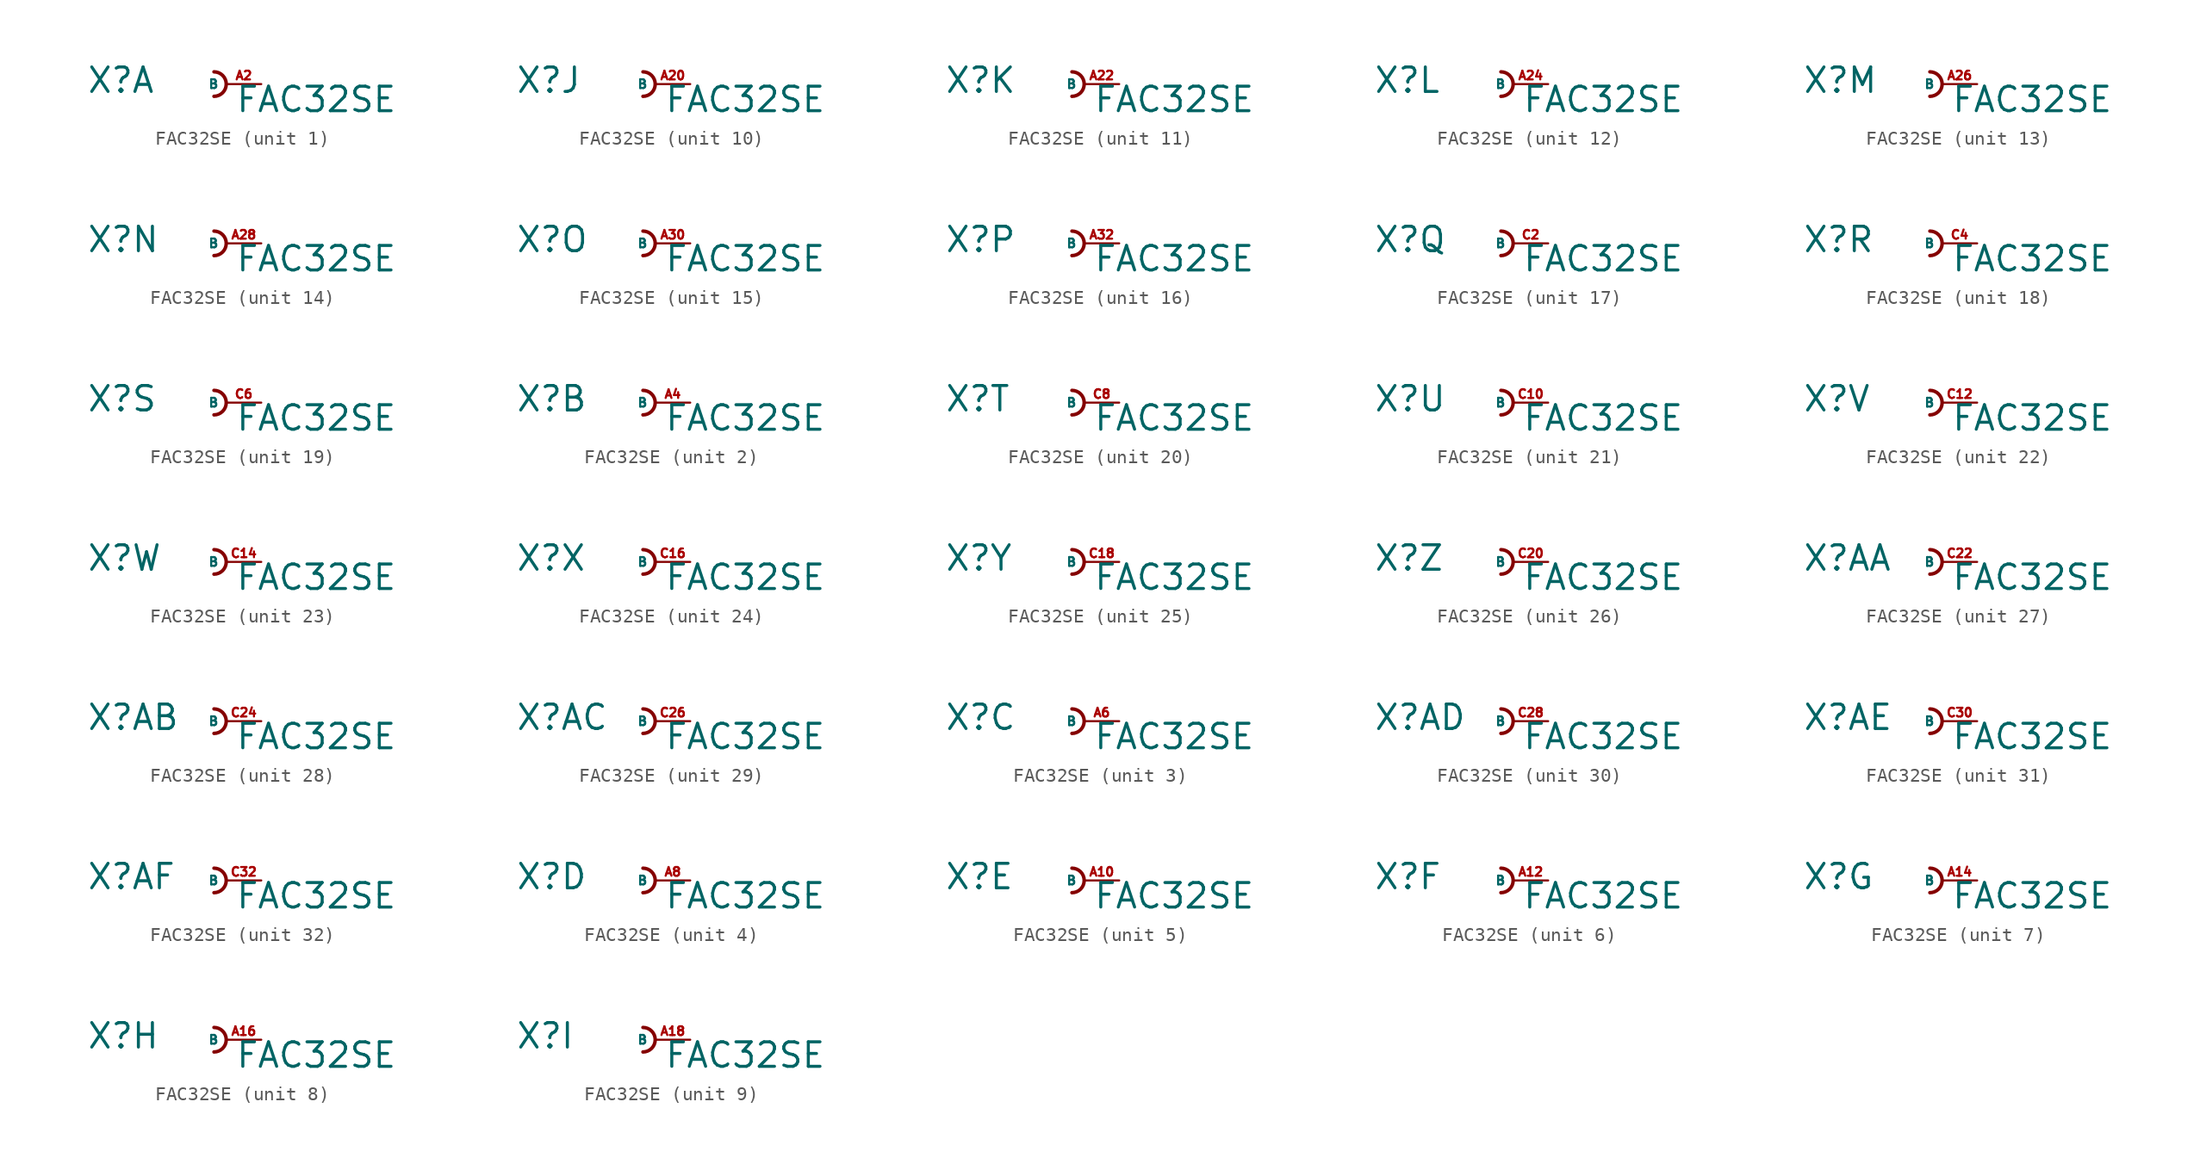
<source format=kicad_sym>
(kicad_symbol_lib
  (version 20220914)
  (generator Eagle2Kicad)
  (symbol "FAC32SE"
    (property "Reference" "X"
      (at -10.16 -0.762 0)
      (effects (font (size 1.778 1.778) (thickness 0.22)) (justify left bottom)))
    (property "Value" "FAC32SE"
      (at 0.635 -2.159 0)
      (effects (font (size 1.778 1.778) (thickness 0.22)) (justify left bottom)))
    (symbol "FAC32SE_1_0"
      (arc (start -0.889 -0.889) (mid 0.000 0.000) (end -0.889 0.889) (stroke (width 0.254) (type default)) (fill (type none)))
      (pin passive line (at 2.54 0 180) (length 2.54) (name "B" (effects (font (size 0.635 0.635) (thickness 0.08)) (justify left bottom))) (number "A2" (effects (font (size 0.635 0.635) (thickness 0.08)) (justify left bottom)))))
    (symbol "FAC32SE_2_0"
      (arc (start -0.889 -0.889) (mid 0.000 0.000) (end -0.889 0.889) (stroke (width 0.254) (type default)) (fill (type none)))
      (pin passive line (at 2.54 0 180) (length 2.54) (name "B" (effects (font (size 0.635 0.635) (thickness 0.08)) (justify left bottom))) (number "A4" (effects (font (size 0.635 0.635) (thickness 0.08)) (justify left bottom)))))
    (symbol "FAC32SE_3_0"
      (arc (start -0.889 -0.889) (mid 0.000 0.000) (end -0.889 0.889) (stroke (width 0.254) (type default)) (fill (type none)))
      (pin passive line (at 2.54 0 180) (length 2.54) (name "B" (effects (font (size 0.635 0.635) (thickness 0.08)) (justify left bottom))) (number "A6" (effects (font (size 0.635 0.635) (thickness 0.08)) (justify left bottom)))))
    (symbol "FAC32SE_4_0"
      (arc (start -0.889 -0.889) (mid 0.000 0.000) (end -0.889 0.889) (stroke (width 0.254) (type default)) (fill (type none)))
      (pin passive line (at 2.54 0 180) (length 2.54) (name "B" (effects (font (size 0.635 0.635) (thickness 0.08)) (justify left bottom))) (number "A8" (effects (font (size 0.635 0.635) (thickness 0.08)) (justify left bottom)))))
    (symbol "FAC32SE_5_0"
      (arc (start -0.889 -0.889) (mid 0.000 0.000) (end -0.889 0.889) (stroke (width 0.254) (type default)) (fill (type none)))
      (pin passive line (at 2.54 0 180) (length 2.54) (name "B" (effects (font (size 0.635 0.635) (thickness 0.08)) (justify left bottom))) (number "A10" (effects (font (size 0.635 0.635) (thickness 0.08)) (justify left bottom)))))
    (symbol "FAC32SE_6_0"
      (arc (start -0.889 -0.889) (mid 0.000 0.000) (end -0.889 0.889) (stroke (width 0.254) (type default)) (fill (type none)))
      (pin passive line (at 2.54 0 180) (length 2.54) (name "B" (effects (font (size 0.635 0.635) (thickness 0.08)) (justify left bottom))) (number "A12" (effects (font (size 0.635 0.635) (thickness 0.08)) (justify left bottom)))))
    (symbol "FAC32SE_7_0"
      (arc (start -0.889 -0.889) (mid 0.000 0.000) (end -0.889 0.889) (stroke (width 0.254) (type default)) (fill (type none)))
      (pin passive line (at 2.54 0 180) (length 2.54) (name "B" (effects (font (size 0.635 0.635) (thickness 0.08)) (justify left bottom))) (number "A14" (effects (font (size 0.635 0.635) (thickness 0.08)) (justify left bottom)))))
    (symbol "FAC32SE_8_0"
      (arc (start -0.889 -0.889) (mid 0.000 0.000) (end -0.889 0.889) (stroke (width 0.254) (type default)) (fill (type none)))
      (pin passive line (at 2.54 0 180) (length 2.54) (name "B" (effects (font (size 0.635 0.635) (thickness 0.08)) (justify left bottom))) (number "A16" (effects (font (size 0.635 0.635) (thickness 0.08)) (justify left bottom)))))
    (symbol "FAC32SE_9_0"
      (arc (start -0.889 -0.889) (mid 0.000 0.000) (end -0.889 0.889) (stroke (width 0.254) (type default)) (fill (type none)))
      (pin passive line (at 2.54 0 180) (length 2.54) (name "B" (effects (font (size 0.635 0.635) (thickness 0.08)) (justify left bottom))) (number "A18" (effects (font (size 0.635 0.635) (thickness 0.08)) (justify left bottom)))))
    (symbol "FAC32SE_10_0"
      (arc (start -0.889 -0.889) (mid 0.000 0.000) (end -0.889 0.889) (stroke (width 0.254) (type default)) (fill (type none)))
      (pin passive line (at 2.54 0 180) (length 2.54) (name "B" (effects (font (size 0.635 0.635) (thickness 0.08)) (justify left bottom))) (number "A20" (effects (font (size 0.635 0.635) (thickness 0.08)) (justify left bottom)))))
    (symbol "FAC32SE_11_0"
      (arc (start -0.889 -0.889) (mid 0.000 0.000) (end -0.889 0.889) (stroke (width 0.254) (type default)) (fill (type none)))
      (pin passive line (at 2.54 0 180) (length 2.54) (name "B" (effects (font (size 0.635 0.635) (thickness 0.08)) (justify left bottom))) (number "A22" (effects (font (size 0.635 0.635) (thickness 0.08)) (justify left bottom)))))
    (symbol "FAC32SE_12_0"
      (arc (start -0.889 -0.889) (mid 0.000 0.000) (end -0.889 0.889) (stroke (width 0.254) (type default)) (fill (type none)))
      (pin passive line (at 2.54 0 180) (length 2.54) (name "B" (effects (font (size 0.635 0.635) (thickness 0.08)) (justify left bottom))) (number "A24" (effects (font (size 0.635 0.635) (thickness 0.08)) (justify left bottom)))))
    (symbol "FAC32SE_13_0"
      (arc (start -0.889 -0.889) (mid 0.000 0.000) (end -0.889 0.889) (stroke (width 0.254) (type default)) (fill (type none)))
      (pin passive line (at 2.54 0 180) (length 2.54) (name "B" (effects (font (size 0.635 0.635) (thickness 0.08)) (justify left bottom))) (number "A26" (effects (font (size 0.635 0.635) (thickness 0.08)) (justify left bottom)))))
    (symbol "FAC32SE_14_0"
      (arc (start -0.889 -0.889) (mid 0.000 0.000) (end -0.889 0.889) (stroke (width 0.254) (type default)) (fill (type none)))
      (pin passive line (at 2.54 0 180) (length 2.54) (name "B" (effects (font (size 0.635 0.635) (thickness 0.08)) (justify left bottom))) (number "A28" (effects (font (size 0.635 0.635) (thickness 0.08)) (justify left bottom)))))
    (symbol "FAC32SE_15_0"
      (arc (start -0.889 -0.889) (mid 0.000 0.000) (end -0.889 0.889) (stroke (width 0.254) (type default)) (fill (type none)))
      (pin passive line (at 2.54 0 180) (length 2.54) (name "B" (effects (font (size 0.635 0.635) (thickness 0.08)) (justify left bottom))) (number "A30" (effects (font (size 0.635 0.635) (thickness 0.08)) (justify left bottom)))))
    (symbol "FAC32SE_16_0"
      (arc (start -0.889 -0.889) (mid 0.000 0.000) (end -0.889 0.889) (stroke (width 0.254) (type default)) (fill (type none)))
      (pin passive line (at 2.54 0 180) (length 2.54) (name "B" (effects (font (size 0.635 0.635) (thickness 0.08)) (justify left bottom))) (number "A32" (effects (font (size 0.635 0.635) (thickness 0.08)) (justify left bottom)))))
    (symbol "FAC32SE_17_0"
      (arc (start -0.889 -0.889) (mid 0.000 0.000) (end -0.889 0.889) (stroke (width 0.254) (type default)) (fill (type none)))
      (pin passive line (at 2.54 0 180) (length 2.54) (name "B" (effects (font (size 0.635 0.635) (thickness 0.08)) (justify left bottom))) (number "C2" (effects (font (size 0.635 0.635) (thickness 0.08)) (justify left bottom)))))
    (symbol "FAC32SE_18_0"
      (arc (start -0.889 -0.889) (mid 0.000 0.000) (end -0.889 0.889) (stroke (width 0.254) (type default)) (fill (type none)))
      (pin passive line (at 2.54 0 180) (length 2.54) (name "B" (effects (font (size 0.635 0.635) (thickness 0.08)) (justify left bottom))) (number "C4" (effects (font (size 0.635 0.635) (thickness 0.08)) (justify left bottom)))))
    (symbol "FAC32SE_19_0"
      (arc (start -0.889 -0.889) (mid 0.000 0.000) (end -0.889 0.889) (stroke (width 0.254) (type default)) (fill (type none)))
      (pin passive line (at 2.54 0 180) (length 2.54) (name "B" (effects (font (size 0.635 0.635) (thickness 0.08)) (justify left bottom))) (number "C6" (effects (font (size 0.635 0.635) (thickness 0.08)) (justify left bottom)))))
    (symbol "FAC32SE_20_0"
      (arc (start -0.889 -0.889) (mid 0.000 0.000) (end -0.889 0.889) (stroke (width 0.254) (type default)) (fill (type none)))
      (pin passive line (at 2.54 0 180) (length 2.54) (name "B" (effects (font (size 0.635 0.635) (thickness 0.08)) (justify left bottom))) (number "C8" (effects (font (size 0.635 0.635) (thickness 0.08)) (justify left bottom)))))
    (symbol "FAC32SE_21_0"
      (arc (start -0.889 -0.889) (mid 0.000 0.000) (end -0.889 0.889) (stroke (width 0.254) (type default)) (fill (type none)))
      (pin passive line (at 2.54 0 180) (length 2.54) (name "B" (effects (font (size 0.635 0.635) (thickness 0.08)) (justify left bottom))) (number "C10" (effects (font (size 0.635 0.635) (thickness 0.08)) (justify left bottom)))))
    (symbol "FAC32SE_22_0"
      (arc (start -0.889 -0.889) (mid 0.000 0.000) (end -0.889 0.889) (stroke (width 0.254) (type default)) (fill (type none)))
      (pin passive line (at 2.54 0 180) (length 2.54) (name "B" (effects (font (size 0.635 0.635) (thickness 0.08)) (justify left bottom))) (number "C12" (effects (font (size 0.635 0.635) (thickness 0.08)) (justify left bottom)))))
    (symbol "FAC32SE_23_0"
      (arc (start -0.889 -0.889) (mid 0.000 0.000) (end -0.889 0.889) (stroke (width 0.254) (type default)) (fill (type none)))
      (pin passive line (at 2.54 0 180) (length 2.54) (name "B" (effects (font (size 0.635 0.635) (thickness 0.08)) (justify left bottom))) (number "C14" (effects (font (size 0.635 0.635) (thickness 0.08)) (justify left bottom)))))
    (symbol "FAC32SE_24_0"
      (arc (start -0.889 -0.889) (mid 0.000 0.000) (end -0.889 0.889) (stroke (width 0.254) (type default)) (fill (type none)))
      (pin passive line (at 2.54 0 180) (length 2.54) (name "B" (effects (font (size 0.635 0.635) (thickness 0.08)) (justify left bottom))) (number "C16" (effects (font (size 0.635 0.635) (thickness 0.08)) (justify left bottom)))))
    (symbol "FAC32SE_25_0"
      (arc (start -0.889 -0.889) (mid 0.000 0.000) (end -0.889 0.889) (stroke (width 0.254) (type default)) (fill (type none)))
      (pin passive line (at 2.54 0 180) (length 2.54) (name "B" (effects (font (size 0.635 0.635) (thickness 0.08)) (justify left bottom))) (number "C18" (effects (font (size 0.635 0.635) (thickness 0.08)) (justify left bottom)))))
    (symbol "FAC32SE_26_0"
      (arc (start -0.889 -0.889) (mid 0.000 0.000) (end -0.889 0.889) (stroke (width 0.254) (type default)) (fill (type none)))
      (pin passive line (at 2.54 0 180) (length 2.54) (name "B" (effects (font (size 0.635 0.635) (thickness 0.08)) (justify left bottom))) (number "C20" (effects (font (size 0.635 0.635) (thickness 0.08)) (justify left bottom)))))
    (symbol "FAC32SE_27_0"
      (arc (start -0.889 -0.889) (mid 0.000 0.000) (end -0.889 0.889) (stroke (width 0.254) (type default)) (fill (type none)))
      (pin passive line (at 2.54 0 180) (length 2.54) (name "B" (effects (font (size 0.635 0.635) (thickness 0.08)) (justify left bottom))) (number "C22" (effects (font (size 0.635 0.635) (thickness 0.08)) (justify left bottom)))))
    (symbol "FAC32SE_28_0"
      (arc (start -0.889 -0.889) (mid 0.000 0.000) (end -0.889 0.889) (stroke (width 0.254) (type default)) (fill (type none)))
      (pin passive line (at 2.54 0 180) (length 2.54) (name "B" (effects (font (size 0.635 0.635) (thickness 0.08)) (justify left bottom))) (number "C24" (effects (font (size 0.635 0.635) (thickness 0.08)) (justify left bottom)))))
    (symbol "FAC32SE_29_0"
      (arc (start -0.889 -0.889) (mid 0.000 0.000) (end -0.889 0.889) (stroke (width 0.254) (type default)) (fill (type none)))
      (pin passive line (at 2.54 0 180) (length 2.54) (name "B" (effects (font (size 0.635 0.635) (thickness 0.08)) (justify left bottom))) (number "C26" (effects (font (size 0.635 0.635) (thickness 0.08)) (justify left bottom)))))
    (symbol "FAC32SE_30_0"
      (arc (start -0.889 -0.889) (mid 0.000 0.000) (end -0.889 0.889) (stroke (width 0.254) (type default)) (fill (type none)))
      (pin passive line (at 2.54 0 180) (length 2.54) (name "B" (effects (font (size 0.635 0.635) (thickness 0.08)) (justify left bottom))) (number "C28" (effects (font (size 0.635 0.635) (thickness 0.08)) (justify left bottom)))))
    (symbol "FAC32SE_31_0"
      (arc (start -0.889 -0.889) (mid 0.000 0.000) (end -0.889 0.889) (stroke (width 0.254) (type default)) (fill (type none)))
      (pin passive line (at 2.54 0 180) (length 2.54) (name "B" (effects (font (size 0.635 0.635) (thickness 0.08)) (justify left bottom))) (number "C30" (effects (font (size 0.635 0.635) (thickness 0.08)) (justify left bottom)))))
    (symbol "FAC32SE_32_0"
      (arc (start -0.889 -0.889) (mid 0.000 0.000) (end -0.889 0.889) (stroke (width 0.254) (type default)) (fill (type none)))
      (pin passive line (at 2.54 0 180) (length 2.54) (name "B" (effects (font (size 0.635 0.635) (thickness 0.08)) (justify left bottom))) (number "C32" (effects (font (size 0.635 0.635) (thickness 0.08)) (justify left bottom)))))))
</source>
